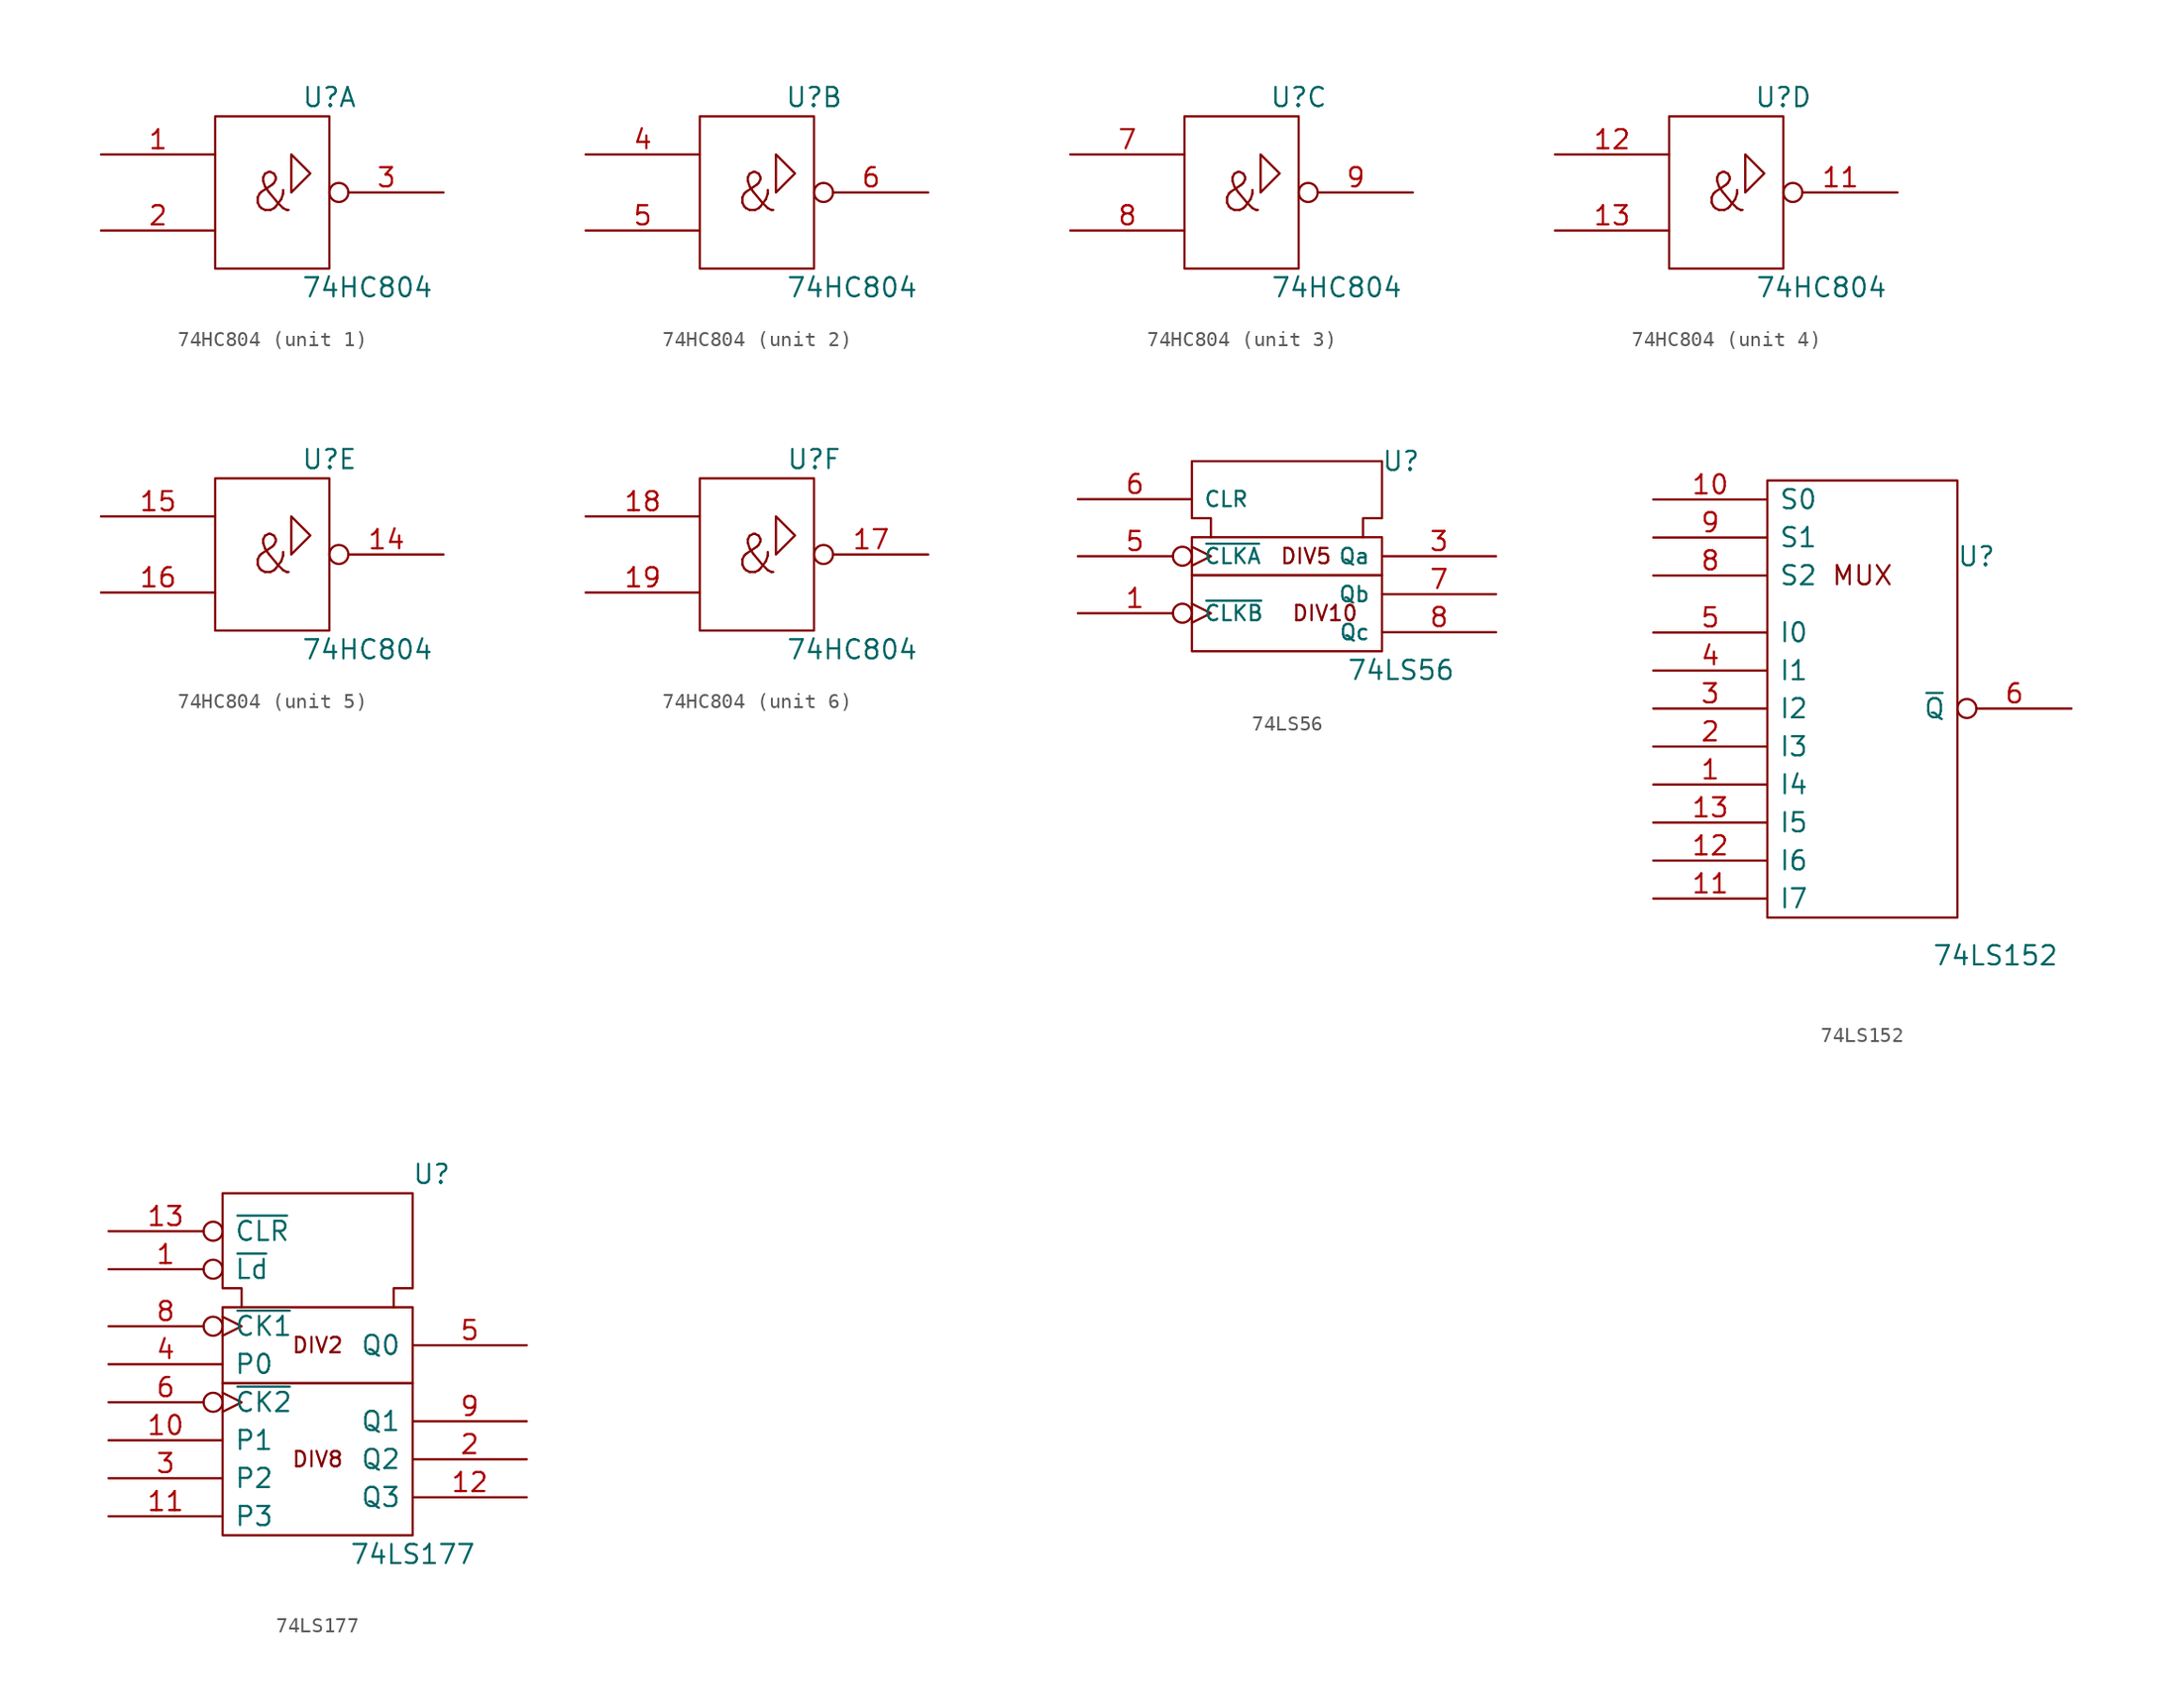
<source format=kicad_sym>
(kicad_symbol_lib
  (version 20201005)
  (generator kicad_symbol_editor)
  (symbol "74xx_IEEE:74HC804"
    (pin_names
      (offset 0.762))
    (property "Reference" "U"
      (at 3.81 6.35 0)
      (effects (font (size 1.27 1.27))))
    (property "Value" "74HC804"
      (at 6.35 -6.35 0)
      (effects (font (size 1.27 1.27))))
    (symbol "74HC804_0_1"
      (text "&" (at 0 0 0) (effects (font (size 2.54 2.54))))
      (rectangle (start -3.81 5.08) (end 3.81 -5.08) (stroke (width 0)) (fill (type none)))
      (polyline (pts (xy 1.27 0) (xy 1.27 2.54) (xy 2.54 1.27) (xy 1.27 0) (xy 1.27 0)) (stroke (width 0)) (fill (type none)))
      (pin power_in line (at 0 -5.08 90) (length 0) hide (name "Gnd" (effects (font (size 1.27 1.27)))) (number "10" (effects (font (size 1.27 1.27)))))
      (pin power_in line (at 0 5.08 270) (length 0) hide (name "Vcc" (effects (font (size 1.27 1.27)))) (number "20" (effects (font (size 1.27 1.27))))))
    (symbol "74HC804_1_1"
      (pin input line (at -11.43 2.54 0) (length 7.62) (name "~" (effects (font (size 1.27 1.27)))) (number "1" (effects (font (size 1.27 1.27)))))
      (pin input line (at -11.43 -2.54 0) (length 7.62) (name "~" (effects (font (size 1.27 1.27)))) (number "2" (effects (font (size 1.27 1.27)))))
      (pin output inverted (at 11.43 0 180) (length 7.62) (name "~" (effects (font (size 1.27 1.27)))) (number "3" (effects (font (size 1.27 1.27))))))
    (symbol "74HC804_2_1"
      (pin input line (at -11.43 2.54 0) (length 7.62) (name "~" (effects (font (size 1.27 1.27)))) (number "4" (effects (font (size 1.27 1.27)))))
      (pin input line (at -11.43 -2.54 0) (length 7.62) (name "~" (effects (font (size 1.27 1.27)))) (number "5" (effects (font (size 1.27 1.27)))))
      (pin output inverted (at 11.43 0 180) (length 7.62) (name "~" (effects (font (size 1.27 1.27)))) (number "6" (effects (font (size 1.27 1.27))))))
    (symbol "74HC804_3_1"
      (pin input line (at -11.43 2.54 0) (length 7.62) (name "~" (effects (font (size 1.27 1.27)))) (number "7" (effects (font (size 1.27 1.27)))))
      (pin input line (at -11.43 -2.54 0) (length 7.62) (name "~" (effects (font (size 1.27 1.27)))) (number "8" (effects (font (size 1.27 1.27)))))
      (pin output inverted (at 11.43 0 180) (length 7.62) (name "~" (effects (font (size 1.27 1.27)))) (number "9" (effects (font (size 1.27 1.27))))))
    (symbol "74HC804_4_1"
      (pin output inverted (at 11.43 0 180) (length 7.62) (name "~" (effects (font (size 1.27 1.27)))) (number "11" (effects (font (size 1.27 1.27)))))
      (pin input line (at -11.43 2.54 0) (length 7.62) (name "~" (effects (font (size 1.27 1.27)))) (number "12" (effects (font (size 1.27 1.27)))))
      (pin input line (at -11.43 -2.54 0) (length 7.62) (name "~" (effects (font (size 1.27 1.27)))) (number "13" (effects (font (size 1.27 1.27))))))
    (symbol "74HC804_5_1"
      (pin output inverted (at 11.43 0 180) (length 7.62) (name "~" (effects (font (size 1.27 1.27)))) (number "14" (effects (font (size 1.27 1.27)))))
      (pin input line (at -11.43 2.54 0) (length 7.62) (name "~" (effects (font (size 1.27 1.27)))) (number "15" (effects (font (size 1.27 1.27)))))
      (pin input line (at -11.43 -2.54 0) (length 7.62) (name "~" (effects (font (size 1.27 1.27)))) (number "16" (effects (font (size 1.27 1.27))))))
    (symbol "74HC804_6_1"
      (pin output inverted (at 11.43 0 180) (length 7.62) (name "~" (effects (font (size 1.27 1.27)))) (number "17" (effects (font (size 1.27 1.27)))))
      (pin input line (at -11.43 2.54 0) (length 7.62) (name "~" (effects (font (size 1.27 1.27)))) (number "18" (effects (font (size 1.27 1.27)))))
      (pin input line (at -11.43 -2.54 0) (length 7.62) (name "~" (effects (font (size 1.27 1.27)))) (number "19" (effects (font (size 1.27 1.27)))))))
  (symbol "74xx_IEEE:74LS56"
    (pin_names
      (offset 0.762))
    (property "Reference" "U"
      (at 7.62 6.35 0)
      (effects (font (size 1.27 1.27))))
    (property "Value" "74LS56"
      (at 7.62 -7.62 0)
      (effects (font (size 1.27 1.27))))
    (symbol "74LS56_0_0"
      (text "DIV10" (at 2.54 -3.81 0) (effects (font (size 1.016 1.016))))
      (text "DIV5" (at 1.27 0 0) (effects (font (size 1.016 1.016))))
      (rectangle (start -6.35 -1.27) (end 6.35 -6.35) (stroke (width 0)) (fill (type none)))
      (rectangle (start -6.35 1.27) (end 6.35 -1.27) (stroke (width 0)) (fill (type none)))
      (polyline (pts (xy -5.08 1.27) (xy -5.08 2.54) (xy -6.35 2.54) (xy -6.35 6.35) (xy 6.35 6.35) (xy 6.35 2.54) (xy 5.08 2.54) (xy 5.08 1.27) (xy 5.08 1.27)) (stroke (width 0)) (fill (type none))))
    (symbol "74LS56_0_1"
      (pin power_in line (at 5.08 6.35 270) (length 0) hide (name "Vcc" (effects (font (size 1.016 1.016)))) (number "2" (effects (font (size 1.27 1.27)))))
      (pin power_in line (at 1.27 6.35 270) (length 0) hide (name "Gnd" (effects (font (size 1.016 1.016)))) (number "4" (effects (font (size 1.27 1.27))))))
    (symbol "74LS56_1_1"
      (pin input inverted_clock (at -13.97 -3.81 0) (length 7.62) (name "~CLKB" (effects (font (size 1.016 1.016)))) (number "1" (effects (font (size 1.27 1.27)))))
      (pin output line (at 13.97 0 180) (length 7.62) (name "Qa" (effects (font (size 1.016 1.016)))) (number "3" (effects (font (size 1.27 1.27)))))
      (pin input inverted_clock (at -13.97 0 0) (length 7.62) (name "~CLKA" (effects (font (size 1.016 1.016)))) (number "5" (effects (font (size 1.27 1.27)))))
      (pin input line (at -13.97 3.81 0) (length 7.62) (name "CLR" (effects (font (size 1.016 1.016)))) (number "6" (effects (font (size 1.27 1.27)))))
      (pin output line (at 13.97 -2.54 180) (length 7.62) (name "Qb" (effects (font (size 1.016 1.016)))) (number "7" (effects (font (size 1.27 1.27)))))
      (pin output line (at 13.97 -5.08 180) (length 7.62) (name "Qc" (effects (font (size 1.016 1.016)))) (number "8" (effects (font (size 1.27 1.27)))))))
  (symbol "74xx_IEEE:74LS152"
    (pin_names
      (offset 0.762))
    (property "Reference" "U"
      (at 7.62 11.43 0)
      (effects (font (size 1.27 1.27))))
    (property "Value" "74LS152"
      (at 8.89 -15.24 0)
      (effects (font (size 1.27 1.27))))
    (symbol "74LS152_0_0"
      (text "MUX" (at 0 10.16 0) (effects (font (size 1.27 1.27))))
      (rectangle (start -6.35 16.51) (end 6.35 -12.7) (stroke (width 0)) (fill (type none)))
      (pin power_in line (at 0 16.51 270) (length 0) hide (name "VCC" (effects (font (size 1.27 1.27)))) (number "14" (effects (font (size 1.27 1.27)))))
      (pin power_in line (at 0 -12.7 90) (length 0) hide (name "GND" (effects (font (size 1.27 1.27)))) (number "7" (effects (font (size 1.27 1.27))))))
    (symbol "74LS152_1_1"
      (pin input line (at -13.97 -3.81 0) (length 7.62) (name "I4" (effects (font (size 1.27 1.27)))) (number "1" (effects (font (size 1.27 1.27)))))
      (pin input line (at -13.97 15.24 0) (length 7.62) (name "S0" (effects (font (size 1.27 1.27)))) (number "10" (effects (font (size 1.27 1.27)))))
      (pin input line (at -13.97 -11.43 0) (length 7.62) (name "I7" (effects (font (size 1.27 1.27)))) (number "11" (effects (font (size 1.27 1.27)))))
      (pin input line (at -13.97 -8.89 0) (length 7.62) (name "I6" (effects (font (size 1.27 1.27)))) (number "12" (effects (font (size 1.27 1.27)))))
      (pin input line (at -13.97 -6.35 0) (length 7.62) (name "I5" (effects (font (size 1.27 1.27)))) (number "13" (effects (font (size 1.27 1.27)))))
      (pin input line (at -13.97 -1.27 0) (length 7.62) (name "I3" (effects (font (size 1.27 1.27)))) (number "2" (effects (font (size 1.27 1.27)))))
      (pin input line (at -13.97 1.27 0) (length 7.62) (name "I2" (effects (font (size 1.27 1.27)))) (number "3" (effects (font (size 1.27 1.27)))))
      (pin input line (at -13.97 3.81 0) (length 7.62) (name "I1" (effects (font (size 1.27 1.27)))) (number "4" (effects (font (size 1.27 1.27)))))
      (pin input line (at -13.97 6.35 0) (length 7.62) (name "I0" (effects (font (size 1.27 1.27)))) (number "5" (effects (font (size 1.27 1.27)))))
      (pin output inverted (at 13.97 1.27 180) (length 7.62) (name "~Q" (effects (font (size 1.27 1.27)))) (number "6" (effects (font (size 1.27 1.27)))))
      (pin input line (at -13.97 10.16 0) (length 7.62) (name "S2" (effects (font (size 1.27 1.27)))) (number "8" (effects (font (size 1.27 1.27)))))
      (pin input line (at -13.97 12.7 0) (length 7.62) (name "S1" (effects (font (size 1.27 1.27)))) (number "9" (effects (font (size 1.27 1.27)))))))
  (symbol "74xx_IEEE:74LS177"
    (pin_names
      (offset 0.762))
    (property "Reference" "U"
      (at 7.62 8.89 0)
      (effects (font (size 1.27 1.27))))
    (property "Value" "74LS177"
      (at 6.35 -16.51 0)
      (effects (font (size 1.27 1.27))))
    (symbol "74LS177_0_0"
      (text "DIV2" (at 0 -2.54 0) (effects (font (size 1.016 1.016))))
      (text "DIV8" (at 0 -10.16 0) (effects (font (size 1.016 1.016))))
      (rectangle (start -6.35 -5.08) (end 6.35 -15.24) (stroke (width 0)) (fill (type none)))
      (rectangle (start -6.35 0) (end 6.35 -5.08) (stroke (width 0)) (fill (type none)))
      (polyline (pts (xy -5.08 0) (xy -5.08 1.27) (xy -6.35 1.27) (xy -6.35 7.62) (xy 6.35 7.62) (xy 6.35 1.27) (xy 5.08 1.27) (xy 5.08 0) (xy 5.08 0)) (stroke (width 0)) (fill (type none)))
      (pin power_in line (at 5.08 7.62 270) (length 0) hide (name "VCC" (effects (font (size 1.27 1.27)))) (number "14" (effects (font (size 1.27 1.27)))))
      (pin power_in line (at 1.27 7.62 270) (length 0) hide (name "GND" (effects (font (size 1.27 1.27)))) (number "7" (effects (font (size 1.27 1.27))))))
    (symbol "74LS177_1_1"
      (pin input inverted (at -13.97 2.54 0) (length 7.62) (name "~Ld" (effects (font (size 1.27 1.27)))) (number "1" (effects (font (size 1.27 1.27)))))
      (pin input line (at -13.97 -8.89 0) (length 7.62) (name "P1" (effects (font (size 1.27 1.27)))) (number "10" (effects (font (size 1.27 1.27)))))
      (pin input line (at -13.97 -13.97 0) (length 7.62) (name "P3" (effects (font (size 1.27 1.27)))) (number "11" (effects (font (size 1.27 1.27)))))
      (pin output line (at 13.97 -12.7 180) (length 7.62) (name "Q3" (effects (font (size 1.27 1.27)))) (number "12" (effects (font (size 1.27 1.27)))))
      (pin input inverted (at -13.97 5.08 0) (length 7.62) (name "~CLR" (effects (font (size 1.27 1.27)))) (number "13" (effects (font (size 1.27 1.27)))))
      (pin output line (at 13.97 -10.16 180) (length 7.62) (name "Q2" (effects (font (size 1.27 1.27)))) (number "2" (effects (font (size 1.27 1.27)))))
      (pin input line (at -13.97 -11.43 0) (length 7.62) (name "P2" (effects (font (size 1.27 1.27)))) (number "3" (effects (font (size 1.27 1.27)))))
      (pin input line (at -13.97 -3.81 0) (length 7.62) (name "P0" (effects (font (size 1.27 1.27)))) (number "4" (effects (font (size 1.27 1.27)))))
      (pin output line (at 13.97 -2.54 180) (length 7.62) (name "Q0" (effects (font (size 1.27 1.27)))) (number "5" (effects (font (size 1.27 1.27)))))
      (pin input inverted_clock (at -13.97 -6.35 0) (length 7.62) (name "~CK2" (effects (font (size 1.27 1.27)))) (number "6" (effects (font (size 1.27 1.27)))))
      (pin input inverted_clock (at -13.97 -1.27 0) (length 7.62) (name "~CK1" (effects (font (size 1.27 1.27)))) (number "8" (effects (font (size 1.27 1.27)))))
      (pin output line (at 13.97 -7.62 180) (length 7.62) (name "Q1" (effects (font (size 1.27 1.27)))) (number "9" (effects (font (size 1.27 1.27))))))))
</source>
